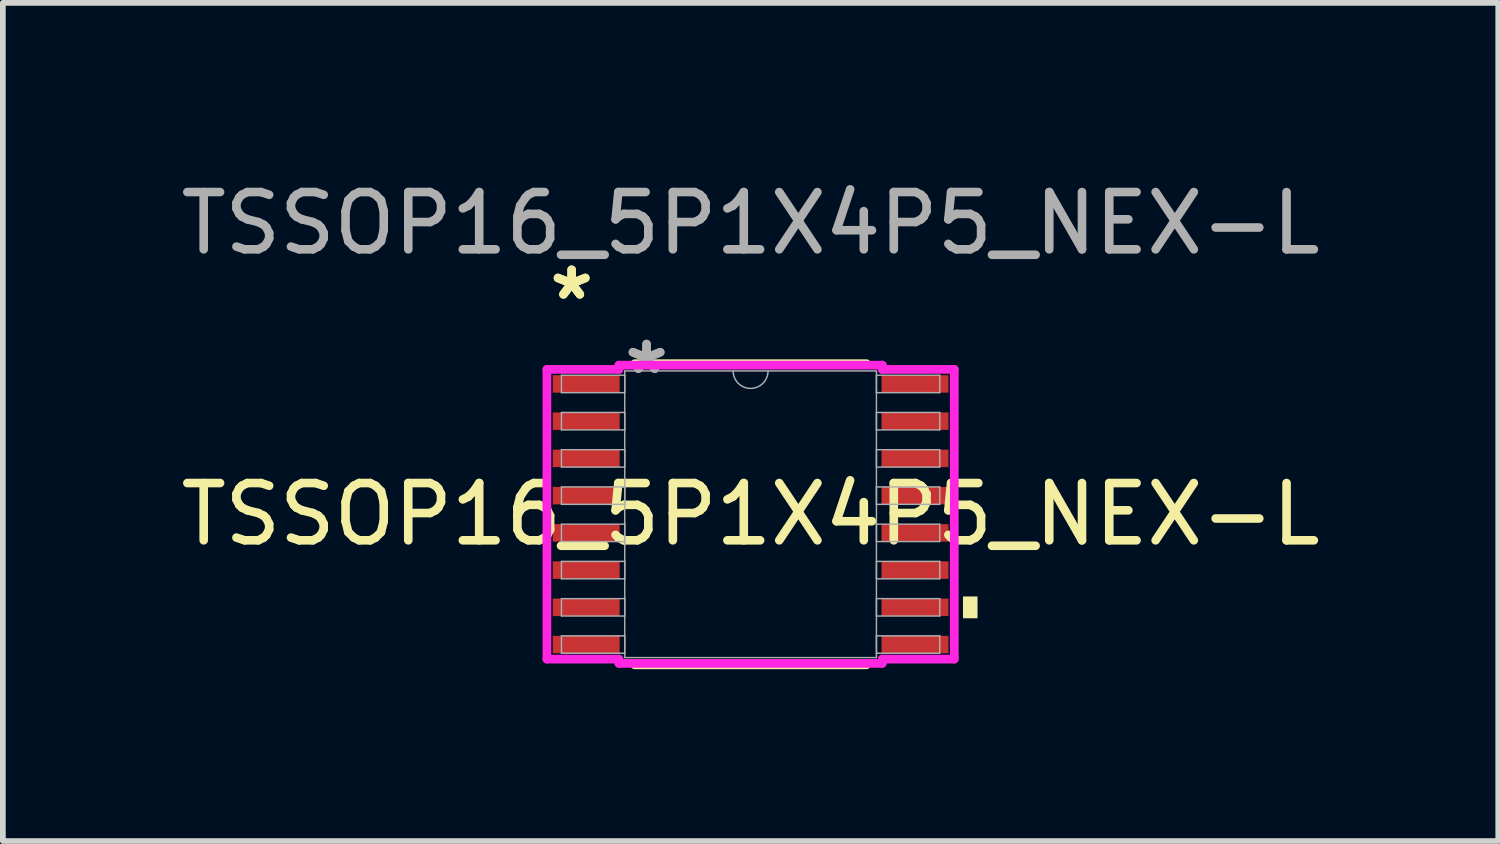
<source format=kicad_pcb>
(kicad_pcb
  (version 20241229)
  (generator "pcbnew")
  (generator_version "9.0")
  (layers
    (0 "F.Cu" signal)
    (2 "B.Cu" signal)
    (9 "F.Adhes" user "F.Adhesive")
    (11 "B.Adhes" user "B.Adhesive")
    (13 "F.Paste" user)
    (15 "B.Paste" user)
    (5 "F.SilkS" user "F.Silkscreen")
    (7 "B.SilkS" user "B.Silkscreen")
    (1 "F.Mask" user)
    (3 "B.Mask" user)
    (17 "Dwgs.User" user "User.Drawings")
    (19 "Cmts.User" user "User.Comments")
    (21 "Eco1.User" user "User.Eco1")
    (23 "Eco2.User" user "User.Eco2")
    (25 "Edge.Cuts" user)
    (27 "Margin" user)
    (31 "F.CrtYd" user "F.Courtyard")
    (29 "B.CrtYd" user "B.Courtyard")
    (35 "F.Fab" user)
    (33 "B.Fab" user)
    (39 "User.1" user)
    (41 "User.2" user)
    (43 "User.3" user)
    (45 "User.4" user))
  (footprint "TSSOP16_5P1X4P5_NEX-L"
    (layer "F.Cu")
    (at 10.054 5.928)
    (property "Reference" "TSSOP16_5P1X4P5_NEX-L" (at 0 0 0) (unlocked yes) (layer "F.SilkS") (effects (font (size 1 1) (thickness 0.15))))
    (attr smd)
    (fp_line (start -2.021 2.629) (end 2.021 2.629) (stroke (width 0.152) (type solid)) (layer "F.SilkS"))
    (fp_line (start 2.021 -2.629) (end -2.021 -2.629) (stroke (width 0.152) (type solid)) (layer "F.SilkS"))
    (fp_poly (pts (xy 3.962 1.435) (xy 3.962 1.816) (xy 3.708 1.816) (xy 3.708 1.435)) (stroke (width 0) (type solid)) (fill yes) (layer "F.SilkS"))
    (fp_line (start -3.556 -2.529) (end -2.299 -2.529) (stroke (width 0.152) (type solid)) (layer "F.CrtYd"))
    (fp_line (start -3.556 2.529) (end -3.556 -2.529) (stroke (width 0.152) (type solid)) (layer "F.CrtYd"))
    (fp_line (start -3.556 2.529) (end -2.299 2.529) (stroke (width 0.152) (type solid)) (layer "F.CrtYd"))
    (fp_line (start -2.299 -2.603) (end 2.299 -2.603) (stroke (width 0.152) (type solid)) (layer "F.CrtYd"))
    (fp_line (start -2.299 -2.529) (end -2.299 -2.603) (stroke (width 0.152) (type solid)) (layer "F.CrtYd"))
    (fp_line (start -2.299 2.603) (end -2.299 2.529) (stroke (width 0.152) (type solid)) (layer "F.CrtYd"))
    (fp_line (start 2.299 -2.603) (end 2.299 -2.529) (stroke (width 0.152) (type solid)) (layer "F.CrtYd"))
    (fp_line (start 2.299 2.529) (end 2.299 2.603) (stroke (width 0.152) (type solid)) (layer "F.CrtYd"))
    (fp_line (start 2.299 2.603) (end -2.299 2.603) (stroke (width 0.152) (type solid)) (layer "F.CrtYd"))
    (fp_line (start 3.556 -2.529) (end 2.299 -2.529) (stroke (width 0.152) (type solid)) (layer "F.CrtYd"))
    (fp_line (start 3.556 -2.529) (end 3.556 2.529) (stroke (width 0.152) (type solid)) (layer "F.CrtYd"))
    (fp_line (start 3.556 2.529) (end 2.299 2.529) (stroke (width 0.152) (type solid)) (layer "F.CrtYd"))
    (fp_line (start -3.302 -2.427) (end -3.302 -2.123) (stroke (width 0.025) (type solid)) (layer "F.Fab"))
    (fp_line (start -3.302 -2.123) (end -2.197 -2.123) (stroke (width 0.025) (type solid)) (layer "F.Fab"))
    (fp_line (start -3.302 -1.777) (end -3.302 -1.473) (stroke (width 0.025) (type solid)) (layer "F.Fab"))
    (fp_line (start -3.302 -1.473) (end -2.197 -1.473) (stroke (width 0.025) (type solid)) (layer "F.Fab"))
    (fp_line (start -3.302 -1.127) (end -3.302 -0.823) (stroke (width 0.025) (type solid)) (layer "F.Fab"))
    (fp_line (start -3.302 -0.823) (end -2.197 -0.823) (stroke (width 0.025) (type solid)) (layer "F.Fab"))
    (fp_line (start -3.302 -0.477) (end -3.302 -0.173) (stroke (width 0.025) (type solid)) (layer "F.Fab"))
    (fp_line (start -3.302 -0.173) (end -2.197 -0.173) (stroke (width 0.025) (type solid)) (layer "F.Fab"))
    (fp_line (start -3.302 0.173) (end -3.302 0.477) (stroke (width 0.025) (type solid)) (layer "F.Fab"))
    (fp_line (start -3.302 0.477) (end -2.197 0.477) (stroke (width 0.025) (type solid)) (layer "F.Fab"))
    (fp_line (start -3.302 0.823) (end -3.302 1.127) (stroke (width 0.025) (type solid)) (layer "F.Fab"))
    (fp_line (start -3.302 1.127) (end -2.197 1.127) (stroke (width 0.025) (type solid)) (layer "F.Fab"))
    (fp_line (start -3.302 1.473) (end -3.302 1.777) (stroke (width 0.025) (type solid)) (layer "F.Fab"))
    (fp_line (start -3.302 1.777) (end -2.197 1.777) (stroke (width 0.025) (type solid)) (layer "F.Fab"))
    (fp_line (start -3.302 2.123) (end -3.302 2.427) (stroke (width 0.025) (type solid)) (layer "F.Fab"))
    (fp_line (start -3.302 2.427) (end -2.197 2.427) (stroke (width 0.025) (type solid)) (layer "F.Fab"))
    (fp_line (start -2.197 -2.502) (end -2.197 2.502) (stroke (width 0.025) (type solid)) (layer "F.Fab"))
    (fp_line (start -2.197 -2.427) (end -3.302 -2.427) (stroke (width 0.025) (type solid)) (layer "F.Fab"))
    (fp_line (start -2.197 -2.123) (end -2.197 -2.427) (stroke (width 0.025) (type solid)) (layer "F.Fab"))
    (fp_line (start -2.197 -1.777) (end -3.302 -1.777) (stroke (width 0.025) (type solid)) (layer "F.Fab"))
    (fp_line (start -2.197 -1.473) (end -2.197 -1.777) (stroke (width 0.025) (type solid)) (layer "F.Fab"))
    (fp_line (start -2.197 -1.127) (end -3.302 -1.127) (stroke (width 0.025) (type solid)) (layer "F.Fab"))
    (fp_line (start -2.197 -0.823) (end -2.197 -1.127) (stroke (width 0.025) (type solid)) (layer "F.Fab"))
    (fp_line (start -2.197 -0.477) (end -3.302 -0.477) (stroke (width 0.025) (type solid)) (layer "F.Fab"))
    (fp_line (start -2.197 -0.173) (end -2.197 -0.477) (stroke (width 0.025) (type solid)) (layer "F.Fab"))
    (fp_line (start -2.197 0.173) (end -3.302 0.173) (stroke (width 0.025) (type solid)) (layer "F.Fab"))
    (fp_line (start -2.197 0.477) (end -2.197 0.173) (stroke (width 0.025) (type solid)) (layer "F.Fab"))
    (fp_line (start -2.197 0.823) (end -3.302 0.823) (stroke (width 0.025) (type solid)) (layer "F.Fab"))
    (fp_line (start -2.197 1.127) (end -2.197 0.823) (stroke (width 0.025) (type solid)) (layer "F.Fab"))
    (fp_line (start -2.197 1.473) (end -3.302 1.473) (stroke (width 0.025) (type solid)) (layer "F.Fab"))
    (fp_line (start -2.197 1.777) (end -2.197 1.473) (stroke (width 0.025) (type solid)) (layer "F.Fab"))
    (fp_line (start -2.197 2.123) (end -3.302 2.123) (stroke (width 0.025) (type solid)) (layer "F.Fab"))
    (fp_line (start -2.197 2.427) (end -2.197 2.123) (stroke (width 0.025) (type solid)) (layer "F.Fab"))
    (fp_line (start -2.197 2.502) (end 2.197 2.502) (stroke (width 0.025) (type solid)) (layer "F.Fab"))
    (fp_line (start 2.197 -2.502) (end -2.197 -2.502) (stroke (width 0.025) (type solid)) (layer "F.Fab"))
    (fp_line (start 2.197 -2.427) (end 2.197 -2.123) (stroke (width 0.025) (type solid)) (layer "F.Fab"))
    (fp_line (start 2.197 -2.123) (end 3.302 -2.123) (stroke (width 0.025) (type solid)) (layer "F.Fab"))
    (fp_line (start 2.197 -1.777) (end 2.197 -1.473) (stroke (width 0.025) (type solid)) (layer "F.Fab"))
    (fp_line (start 2.197 -1.473) (end 3.302 -1.473) (stroke (width 0.025) (type solid)) (layer "F.Fab"))
    (fp_line (start 2.197 -1.127) (end 2.197 -0.823) (stroke (width 0.025) (type solid)) (layer "F.Fab"))
    (fp_line (start 2.197 -0.823) (end 3.302 -0.823) (stroke (width 0.025) (type solid)) (layer "F.Fab"))
    (fp_line (start 2.197 -0.477) (end 2.197 -0.173) (stroke (width 0.025) (type solid)) (layer "F.Fab"))
    (fp_line (start 2.197 -0.173) (end 3.302 -0.173) (stroke (width 0.025) (type solid)) (layer "F.Fab"))
    (fp_line (start 2.197 0.173) (end 2.197 0.477) (stroke (width 0.025) (type solid)) (layer "F.Fab"))
    (fp_line (start 2.197 0.477) (end 3.302 0.477) (stroke (width 0.025) (type solid)) (layer "F.Fab"))
    (fp_line (start 2.197 0.823) (end 2.197 1.127) (stroke (width 0.025) (type solid)) (layer "F.Fab"))
    (fp_line (start 2.197 1.127) (end 3.302 1.127) (stroke (width 0.025) (type solid)) (layer "F.Fab"))
    (fp_line (start 2.197 1.473) (end 2.197 1.777) (stroke (width 0.025) (type solid)) (layer "F.Fab"))
    (fp_line (start 2.197 1.777) (end 3.302 1.777) (stroke (width 0.025) (type solid)) (layer "F.Fab"))
    (fp_line (start 2.197 2.123) (end 2.197 2.427) (stroke (width 0.025) (type solid)) (layer "F.Fab"))
    (fp_line (start 2.197 2.427) (end 3.302 2.427) (stroke (width 0.025) (type solid)) (layer "F.Fab"))
    (fp_line (start 2.197 2.502) (end 2.197 -2.502) (stroke (width 0.025) (type solid)) (layer "F.Fab"))
    (fp_line (start 3.302 -2.427) (end 2.197 -2.427) (stroke (width 0.025) (type solid)) (layer "F.Fab"))
    (fp_line (start 3.302 -2.123) (end 3.302 -2.427) (stroke (width 0.025) (type solid)) (layer "F.Fab"))
    (fp_line (start 3.302 -1.777) (end 2.197 -1.777) (stroke (width 0.025) (type solid)) (layer "F.Fab"))
    (fp_line (start 3.302 -1.473) (end 3.302 -1.777) (stroke (width 0.025) (type solid)) (layer "F.Fab"))
    (fp_line (start 3.302 -1.127) (end 2.197 -1.127) (stroke (width 0.025) (type solid)) (layer "F.Fab"))
    (fp_line (start 3.302 -0.823) (end 3.302 -1.127) (stroke (width 0.025) (type solid)) (layer "F.Fab"))
    (fp_line (start 3.302 -0.477) (end 2.197 -0.477) (stroke (width 0.025) (type solid)) (layer "F.Fab"))
    (fp_line (start 3.302 -0.173) (end 3.302 -0.477) (stroke (width 0.025) (type solid)) (layer "F.Fab"))
    (fp_line (start 3.302 0.173) (end 2.197 0.173) (stroke (width 0.025) (type solid)) (layer "F.Fab"))
    (fp_line (start 3.302 0.477) (end 3.302 0.173) (stroke (width 0.025) (type solid)) (layer "F.Fab"))
    (fp_line (start 3.302 0.823) (end 2.197 0.823) (stroke (width 0.025) (type solid)) (layer "F.Fab"))
    (fp_line (start 3.302 1.127) (end 3.302 0.823) (stroke (width 0.025) (type solid)) (layer "F.Fab"))
    (fp_line (start 3.302 1.473) (end 2.197 1.473) (stroke (width 0.025) (type solid)) (layer "F.Fab"))
    (fp_line (start 3.302 1.777) (end 3.302 1.473) (stroke (width 0.025) (type solid)) (layer "F.Fab"))
    (fp_line (start 3.302 2.123) (end 2.197 2.123) (stroke (width 0.025) (type solid)) (layer "F.Fab"))
    (fp_line (start 3.302 2.427) (end 3.302 2.123) (stroke (width 0.025) (type solid)) (layer "F.Fab"))
    (fp_arc (start 0.3048 -2.5019) (mid 0 -2.1971) (end -0.3048 -2.5019) (stroke (width 0.0254) (type solid)) (layer "F.Fab"))
    (fp_text user "*" (at -3.124 -3.723 0) (unlocked yes) (layer "F.SilkS") (effects (font (size 1 1) (thickness 0.15))))
    (fp_text user "*" (at -3.124 -3.723 0) (layer "F.SilkS") (effects (font (size 1 1) (thickness 0.15))))
    (fp_text user "*" (at -1.816 -2.426 0) (layer "F.Fab") (effects (font (size 1 1) (thickness 0.15))))
    (fp_text user "${REFERENCE}" (at 0 -5.08 0) (unlocked yes) (layer "F.Fab") (effects (font (size 1 1) (thickness 0.15))))
    (fp_text user "*" (at -1.816 -2.426 0) (unlocked yes) (layer "F.Fab") (effects (font (size 1 1) (thickness 0.15))))
    (pad "1" smd rect (at -2.87 -2.275) (size 1.168 0.305) (layers "F.Cu" "F.Mask" "F.Paste"))
    (pad "2" smd rect (at -2.87 -1.625) (size 1.168 0.305) (layers "F.Cu" "F.Mask" "F.Paste"))
    (pad "3" smd rect (at -2.87 -0.975) (size 1.168 0.305) (layers "F.Cu" "F.Mask" "F.Paste"))
    (pad "4" smd rect (at -2.87 -0.325) (size 1.168 0.305) (layers "F.Cu" "F.Mask" "F.Paste"))
    (pad "5" smd rect (at -2.87 0.325) (size 1.168 0.305) (layers "F.Cu" "F.Mask" "F.Paste"))
    (pad "6" smd rect (at -2.87 0.975) (size 1.168 0.305) (layers "F.Cu" "F.Mask" "F.Paste"))
    (pad "7" smd rect (at -2.87 1.625) (size 1.168 0.305) (layers "F.Cu" "F.Mask" "F.Paste"))
    (pad "8" smd rect (at -2.87 2.275) (size 1.168 0.305) (layers "F.Cu" "F.Mask" "F.Paste"))
    (pad "9" smd rect (at 2.87 2.275) (size 1.168 0.305) (layers "F.Cu" "F.Mask" "F.Paste"))
    (pad "10" smd rect (at 2.87 1.625) (size 1.168 0.305) (layers "F.Cu" "F.Mask" "F.Paste"))
    (pad "11" smd rect (at 2.87 0.975) (size 1.168 0.305) (layers "F.Cu" "F.Mask" "F.Paste"))
    (pad "12" smd rect (at 2.87 0.325) (size 1.168 0.305) (layers "F.Cu" "F.Mask" "F.Paste"))
    (pad "13" smd rect (at 2.87 -0.325) (size 1.168 0.305) (layers "F.Cu" "F.Mask" "F.Paste"))
    (pad "14" smd rect (at 2.87 -0.975) (size 1.168 0.305) (layers "F.Cu" "F.Mask" "F.Paste"))
    (pad "15" smd rect (at 2.87 -1.625) (size 1.168 0.305) (layers "F.Cu" "F.Mask" "F.Paste"))
    (pad "16" smd rect (at 2.87 -2.275) (size 1.168 0.305) (layers "F.Cu" "F.Mask" "F.Paste")))
  (gr_rect
    (start -3 -3)
    (end 23.107 11.633)
    (stroke (width 0.1) (type default))
    (fill no)
    (layer "Edge.Cuts")))
</source>
